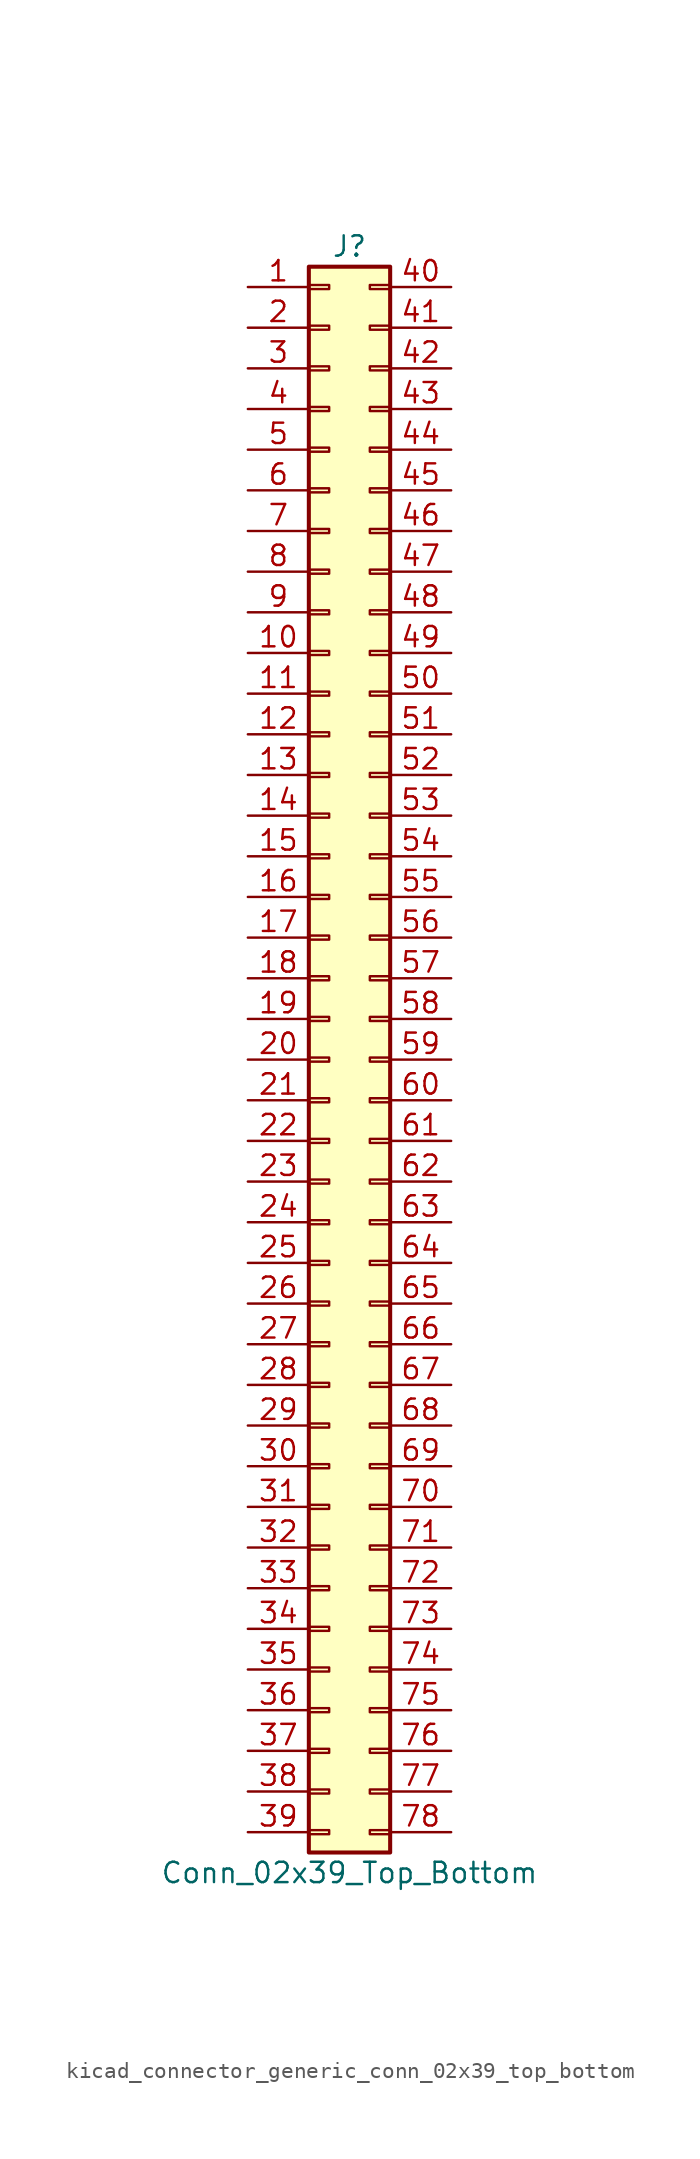
<source format=kicad_sym>
(kicad_symbol_lib
  (version 20220914)
  (generator kicad_symbol_editor)
  (symbol "kicad_connector_generic_conn_02x39_top_bottom"
    (pin_names
      (offset 1.016) hide)
    (property "Reference" "J"
      (at 1.27 50.8 0)
      (effects (font (size 1.27 1.27))))
    (property "Value" "Conn_02x39_Top_Bottom"
      (at 1.27 -50.8 0)
      (effects (font (size 1.27 1.27))))
    (symbol "kicad_connector_generic_conn_02x39_top_bottom_1_1"
      (rectangle (start -1.27 -48.133) (end 0 -48.387) (stroke (width 0.152) (type default)) (fill (type none)))
      (rectangle (start -1.27 -45.593) (end 0 -45.847) (stroke (width 0.152) (type default)) (fill (type none)))
      (rectangle (start -1.27 -43.053) (end 0 -43.307) (stroke (width 0.152) (type default)) (fill (type none)))
      (rectangle (start -1.27 -40.513) (end 0 -40.767) (stroke (width 0.152) (type default)) (fill (type none)))
      (rectangle (start -1.27 -37.973) (end 0 -38.227) (stroke (width 0.152) (type default)) (fill (type none)))
      (rectangle (start -1.27 -35.433) (end 0 -35.687) (stroke (width 0.152) (type default)) (fill (type none)))
      (rectangle (start -1.27 -32.893) (end 0 -33.147) (stroke (width 0.152) (type default)) (fill (type none)))
      (rectangle (start -1.27 -30.353) (end 0 -30.607) (stroke (width 0.152) (type default)) (fill (type none)))
      (rectangle (start -1.27 -27.813) (end 0 -28.067) (stroke (width 0.152) (type default)) (fill (type none)))
      (rectangle (start -1.27 -25.273) (end 0 -25.527) (stroke (width 0.152) (type default)) (fill (type none)))
      (rectangle (start -1.27 -22.733) (end 0 -22.987) (stroke (width 0.152) (type default)) (fill (type none)))
      (rectangle (start -1.27 -20.193) (end 0 -20.447) (stroke (width 0.152) (type default)) (fill (type none)))
      (rectangle (start -1.27 -17.653) (end 0 -17.907) (stroke (width 0.152) (type default)) (fill (type none)))
      (rectangle (start -1.27 -15.113) (end 0 -15.367) (stroke (width 0.152) (type default)) (fill (type none)))
      (rectangle (start -1.27 -12.573) (end 0 -12.827) (stroke (width 0.152) (type default)) (fill (type none)))
      (rectangle (start -1.27 -10.033) (end 0 -10.287) (stroke (width 0.152) (type default)) (fill (type none)))
      (rectangle (start -1.27 -7.493) (end 0 -7.747) (stroke (width 0.152) (type default)) (fill (type none)))
      (rectangle (start -1.27 -4.953) (end 0 -5.207) (stroke (width 0.152) (type default)) (fill (type none)))
      (rectangle (start -1.27 -2.413) (end 0 -2.667) (stroke (width 0.152) (type default)) (fill (type none)))
      (rectangle (start -1.27 0.127) (end 0 -0.127) (stroke (width 0.152) (type default)) (fill (type none)))
      (rectangle (start -1.27 2.667) (end 0 2.413) (stroke (width 0.152) (type default)) (fill (type none)))
      (rectangle (start -1.27 5.207) (end 0 4.953) (stroke (width 0.152) (type default)) (fill (type none)))
      (rectangle (start -1.27 7.747) (end 0 7.493) (stroke (width 0.152) (type default)) (fill (type none)))
      (rectangle (start -1.27 10.287) (end 0 10.033) (stroke (width 0.152) (type default)) (fill (type none)))
      (rectangle (start -1.27 12.827) (end 0 12.573) (stroke (width 0.152) (type default)) (fill (type none)))
      (rectangle (start -1.27 15.367) (end 0 15.113) (stroke (width 0.152) (type default)) (fill (type none)))
      (rectangle (start -1.27 17.907) (end 0 17.653) (stroke (width 0.152) (type default)) (fill (type none)))
      (rectangle (start -1.27 20.447) (end 0 20.193) (stroke (width 0.152) (type default)) (fill (type none)))
      (rectangle (start -1.27 22.987) (end 0 22.733) (stroke (width 0.152) (type default)) (fill (type none)))
      (rectangle (start -1.27 25.527) (end 0 25.273) (stroke (width 0.152) (type default)) (fill (type none)))
      (rectangle (start -1.27 28.067) (end 0 27.813) (stroke (width 0.152) (type default)) (fill (type none)))
      (rectangle (start -1.27 30.607) (end 0 30.353) (stroke (width 0.152) (type default)) (fill (type none)))
      (rectangle (start -1.27 33.147) (end 0 32.893) (stroke (width 0.152) (type default)) (fill (type none)))
      (rectangle (start -1.27 35.687) (end 0 35.433) (stroke (width 0.152) (type default)) (fill (type none)))
      (rectangle (start -1.27 38.227) (end 0 37.973) (stroke (width 0.152) (type default)) (fill (type none)))
      (rectangle (start -1.27 40.767) (end 0 40.513) (stroke (width 0.152) (type default)) (fill (type none)))
      (rectangle (start -1.27 43.307) (end 0 43.053) (stroke (width 0.152) (type default)) (fill (type none)))
      (rectangle (start -1.27 45.847) (end 0 45.593) (stroke (width 0.152) (type default)) (fill (type none)))
      (rectangle (start -1.27 48.387) (end 0 48.133) (stroke (width 0.152) (type default)) (fill (type none)))
      (rectangle (start -1.27 49.53) (end 3.81 -49.53) (stroke (width 0.254) (type default)) (fill (type background)))
      (rectangle (start 3.81 -48.133) (end 2.54 -48.387) (stroke (width 0.152) (type default)) (fill (type none)))
      (rectangle (start 3.81 -45.593) (end 2.54 -45.847) (stroke (width 0.152) (type default)) (fill (type none)))
      (rectangle (start 3.81 -43.053) (end 2.54 -43.307) (stroke (width 0.152) (type default)) (fill (type none)))
      (rectangle (start 3.81 -40.513) (end 2.54 -40.767) (stroke (width 0.152) (type default)) (fill (type none)))
      (rectangle (start 3.81 -37.973) (end 2.54 -38.227) (stroke (width 0.152) (type default)) (fill (type none)))
      (rectangle (start 3.81 -35.433) (end 2.54 -35.687) (stroke (width 0.152) (type default)) (fill (type none)))
      (rectangle (start 3.81 -32.893) (end 2.54 -33.147) (stroke (width 0.152) (type default)) (fill (type none)))
      (rectangle (start 3.81 -30.353) (end 2.54 -30.607) (stroke (width 0.152) (type default)) (fill (type none)))
      (rectangle (start 3.81 -27.813) (end 2.54 -28.067) (stroke (width 0.152) (type default)) (fill (type none)))
      (rectangle (start 3.81 -25.273) (end 2.54 -25.527) (stroke (width 0.152) (type default)) (fill (type none)))
      (rectangle (start 3.81 -22.733) (end 2.54 -22.987) (stroke (width 0.152) (type default)) (fill (type none)))
      (rectangle (start 3.81 -20.193) (end 2.54 -20.447) (stroke (width 0.152) (type default)) (fill (type none)))
      (rectangle (start 3.81 -17.653) (end 2.54 -17.907) (stroke (width 0.152) (type default)) (fill (type none)))
      (rectangle (start 3.81 -15.113) (end 2.54 -15.367) (stroke (width 0.152) (type default)) (fill (type none)))
      (rectangle (start 3.81 -12.573) (end 2.54 -12.827) (stroke (width 0.152) (type default)) (fill (type none)))
      (rectangle (start 3.81 -10.033) (end 2.54 -10.287) (stroke (width 0.152) (type default)) (fill (type none)))
      (rectangle (start 3.81 -7.493) (end 2.54 -7.747) (stroke (width 0.152) (type default)) (fill (type none)))
      (rectangle (start 3.81 -4.953) (end 2.54 -5.207) (stroke (width 0.152) (type default)) (fill (type none)))
      (rectangle (start 3.81 -2.413) (end 2.54 -2.667) (stroke (width 0.152) (type default)) (fill (type none)))
      (rectangle (start 3.81 0.127) (end 2.54 -0.127) (stroke (width 0.152) (type default)) (fill (type none)))
      (rectangle (start 3.81 2.667) (end 2.54 2.413) (stroke (width 0.152) (type default)) (fill (type none)))
      (rectangle (start 3.81 5.207) (end 2.54 4.953) (stroke (width 0.152) (type default)) (fill (type none)))
      (rectangle (start 3.81 7.747) (end 2.54 7.493) (stroke (width 0.152) (type default)) (fill (type none)))
      (rectangle (start 3.81 10.287) (end 2.54 10.033) (stroke (width 0.152) (type default)) (fill (type none)))
      (rectangle (start 3.81 12.827) (end 2.54 12.573) (stroke (width 0.152) (type default)) (fill (type none)))
      (rectangle (start 3.81 15.367) (end 2.54 15.113) (stroke (width 0.152) (type default)) (fill (type none)))
      (rectangle (start 3.81 17.907) (end 2.54 17.653) (stroke (width 0.152) (type default)) (fill (type none)))
      (rectangle (start 3.81 20.447) (end 2.54 20.193) (stroke (width 0.152) (type default)) (fill (type none)))
      (rectangle (start 3.81 22.987) (end 2.54 22.733) (stroke (width 0.152) (type default)) (fill (type none)))
      (rectangle (start 3.81 25.527) (end 2.54 25.273) (stroke (width 0.152) (type default)) (fill (type none)))
      (rectangle (start 3.81 28.067) (end 2.54 27.813) (stroke (width 0.152) (type default)) (fill (type none)))
      (rectangle (start 3.81 30.607) (end 2.54 30.353) (stroke (width 0.152) (type default)) (fill (type none)))
      (rectangle (start 3.81 33.147) (end 2.54 32.893) (stroke (width 0.152) (type default)) (fill (type none)))
      (rectangle (start 3.81 35.687) (end 2.54 35.433) (stroke (width 0.152) (type default)) (fill (type none)))
      (rectangle (start 3.81 38.227) (end 2.54 37.973) (stroke (width 0.152) (type default)) (fill (type none)))
      (rectangle (start 3.81 40.767) (end 2.54 40.513) (stroke (width 0.152) (type default)) (fill (type none)))
      (rectangle (start 3.81 43.307) (end 2.54 43.053) (stroke (width 0.152) (type default)) (fill (type none)))
      (rectangle (start 3.81 45.847) (end 2.54 45.593) (stroke (width 0.152) (type default)) (fill (type none)))
      (rectangle (start 3.81 48.387) (end 2.54 48.133) (stroke (width 0.152) (type default)) (fill (type none)))
      (pin passive line (at -5.08 48.26 0) (length 3.81) (name "Pin_1" (effects (font (size 1.27 1.27)))) (number "1" (effects (font (size 1.27 1.27)))))
      (pin passive line (at -5.08 25.4 0) (length 3.81) (name "Pin_10" (effects (font (size 1.27 1.27)))) (number "10" (effects (font (size 1.27 1.27)))))
      (pin passive line (at -5.08 22.86 0) (length 3.81) (name "Pin_11" (effects (font (size 1.27 1.27)))) (number "11" (effects (font (size 1.27 1.27)))))
      (pin passive line (at -5.08 20.32 0) (length 3.81) (name "Pin_12" (effects (font (size 1.27 1.27)))) (number "12" (effects (font (size 1.27 1.27)))))
      (pin passive line (at -5.08 17.78 0) (length 3.81) (name "Pin_13" (effects (font (size 1.27 1.27)))) (number "13" (effects (font (size 1.27 1.27)))))
      (pin passive line (at -5.08 15.24 0) (length 3.81) (name "Pin_14" (effects (font (size 1.27 1.27)))) (number "14" (effects (font (size 1.27 1.27)))))
      (pin passive line (at -5.08 12.7 0) (length 3.81) (name "Pin_15" (effects (font (size 1.27 1.27)))) (number "15" (effects (font (size 1.27 1.27)))))
      (pin passive line (at -5.08 10.16 0) (length 3.81) (name "Pin_16" (effects (font (size 1.27 1.27)))) (number "16" (effects (font (size 1.27 1.27)))))
      (pin passive line (at -5.08 7.62 0) (length 3.81) (name "Pin_17" (effects (font (size 1.27 1.27)))) (number "17" (effects (font (size 1.27 1.27)))))
      (pin passive line (at -5.08 5.08 0) (length 3.81) (name "Pin_18" (effects (font (size 1.27 1.27)))) (number "18" (effects (font (size 1.27 1.27)))))
      (pin passive line (at -5.08 2.54 0) (length 3.81) (name "Pin_19" (effects (font (size 1.27 1.27)))) (number "19" (effects (font (size 1.27 1.27)))))
      (pin passive line (at -5.08 45.72 0) (length 3.81) (name "Pin_2" (effects (font (size 1.27 1.27)))) (number "2" (effects (font (size 1.27 1.27)))))
      (pin passive line (at -5.08 0 0) (length 3.81) (name "Pin_20" (effects (font (size 1.27 1.27)))) (number "20" (effects (font (size 1.27 1.27)))))
      (pin passive line (at -5.08 -2.54 0) (length 3.81) (name "Pin_21" (effects (font (size 1.27 1.27)))) (number "21" (effects (font (size 1.27 1.27)))))
      (pin passive line (at -5.08 -5.08 0) (length 3.81) (name "Pin_22" (effects (font (size 1.27 1.27)))) (number "22" (effects (font (size 1.27 1.27)))))
      (pin passive line (at -5.08 -7.62 0) (length 3.81) (name "Pin_23" (effects (font (size 1.27 1.27)))) (number "23" (effects (font (size 1.27 1.27)))))
      (pin passive line (at -5.08 -10.16 0) (length 3.81) (name "Pin_24" (effects (font (size 1.27 1.27)))) (number "24" (effects (font (size 1.27 1.27)))))
      (pin passive line (at -5.08 -12.7 0) (length 3.81) (name "Pin_25" (effects (font (size 1.27 1.27)))) (number "25" (effects (font (size 1.27 1.27)))))
      (pin passive line (at -5.08 -15.24 0) (length 3.81) (name "Pin_26" (effects (font (size 1.27 1.27)))) (number "26" (effects (font (size 1.27 1.27)))))
      (pin passive line (at -5.08 -17.78 0) (length 3.81) (name "Pin_27" (effects (font (size 1.27 1.27)))) (number "27" (effects (font (size 1.27 1.27)))))
      (pin passive line (at -5.08 -20.32 0) (length 3.81) (name "Pin_28" (effects (font (size 1.27 1.27)))) (number "28" (effects (font (size 1.27 1.27)))))
      (pin passive line (at -5.08 -22.86 0) (length 3.81) (name "Pin_29" (effects (font (size 1.27 1.27)))) (number "29" (effects (font (size 1.27 1.27)))))
      (pin passive line (at -5.08 43.18 0) (length 3.81) (name "Pin_3" (effects (font (size 1.27 1.27)))) (number "3" (effects (font (size 1.27 1.27)))))
      (pin passive line (at -5.08 -25.4 0) (length 3.81) (name "Pin_30" (effects (font (size 1.27 1.27)))) (number "30" (effects (font (size 1.27 1.27)))))
      (pin passive line (at -5.08 -27.94 0) (length 3.81) (name "Pin_31" (effects (font (size 1.27 1.27)))) (number "31" (effects (font (size 1.27 1.27)))))
      (pin passive line (at -5.08 -30.48 0) (length 3.81) (name "Pin_32" (effects (font (size 1.27 1.27)))) (number "32" (effects (font (size 1.27 1.27)))))
      (pin passive line (at -5.08 -33.02 0) (length 3.81) (name "Pin_33" (effects (font (size 1.27 1.27)))) (number "33" (effects (font (size 1.27 1.27)))))
      (pin passive line (at -5.08 -35.56 0) (length 3.81) (name "Pin_34" (effects (font (size 1.27 1.27)))) (number "34" (effects (font (size 1.27 1.27)))))
      (pin passive line (at -5.08 -38.1 0) (length 3.81) (name "Pin_35" (effects (font (size 1.27 1.27)))) (number "35" (effects (font (size 1.27 1.27)))))
      (pin passive line (at -5.08 -40.64 0) (length 3.81) (name "Pin_36" (effects (font (size 1.27 1.27)))) (number "36" (effects (font (size 1.27 1.27)))))
      (pin passive line (at -5.08 -43.18 0) (length 3.81) (name "Pin_37" (effects (font (size 1.27 1.27)))) (number "37" (effects (font (size 1.27 1.27)))))
      (pin passive line (at -5.08 -45.72 0) (length 3.81) (name "Pin_38" (effects (font (size 1.27 1.27)))) (number "38" (effects (font (size 1.27 1.27)))))
      (pin passive line (at -5.08 -48.26 0) (length 3.81) (name "Pin_39" (effects (font (size 1.27 1.27)))) (number "39" (effects (font (size 1.27 1.27)))))
      (pin passive line (at -5.08 40.64 0) (length 3.81) (name "Pin_4" (effects (font (size 1.27 1.27)))) (number "4" (effects (font (size 1.27 1.27)))))
      (pin passive line (at 7.62 48.26 180) (length 3.81) (name "Pin_40" (effects (font (size 1.27 1.27)))) (number "40" (effects (font (size 1.27 1.27)))))
      (pin passive line (at 7.62 45.72 180) (length 3.81) (name "Pin_41" (effects (font (size 1.27 1.27)))) (number "41" (effects (font (size 1.27 1.27)))))
      (pin passive line (at 7.62 43.18 180) (length 3.81) (name "Pin_42" (effects (font (size 1.27 1.27)))) (number "42" (effects (font (size 1.27 1.27)))))
      (pin passive line (at 7.62 40.64 180) (length 3.81) (name "Pin_43" (effects (font (size 1.27 1.27)))) (number "43" (effects (font (size 1.27 1.27)))))
      (pin passive line (at 7.62 38.1 180) (length 3.81) (name "Pin_44" (effects (font (size 1.27 1.27)))) (number "44" (effects (font (size 1.27 1.27)))))
      (pin passive line (at 7.62 35.56 180) (length 3.81) (name "Pin_45" (effects (font (size 1.27 1.27)))) (number "45" (effects (font (size 1.27 1.27)))))
      (pin passive line (at 7.62 33.02 180) (length 3.81) (name "Pin_46" (effects (font (size 1.27 1.27)))) (number "46" (effects (font (size 1.27 1.27)))))
      (pin passive line (at 7.62 30.48 180) (length 3.81) (name "Pin_47" (effects (font (size 1.27 1.27)))) (number "47" (effects (font (size 1.27 1.27)))))
      (pin passive line (at 7.62 27.94 180) (length 3.81) (name "Pin_48" (effects (font (size 1.27 1.27)))) (number "48" (effects (font (size 1.27 1.27)))))
      (pin passive line (at 7.62 25.4 180) (length 3.81) (name "Pin_49" (effects (font (size 1.27 1.27)))) (number "49" (effects (font (size 1.27 1.27)))))
      (pin passive line (at -5.08 38.1 0) (length 3.81) (name "Pin_5" (effects (font (size 1.27 1.27)))) (number "5" (effects (font (size 1.27 1.27)))))
      (pin passive line (at 7.62 22.86 180) (length 3.81) (name "Pin_50" (effects (font (size 1.27 1.27)))) (number "50" (effects (font (size 1.27 1.27)))))
      (pin passive line (at 7.62 20.32 180) (length 3.81) (name "Pin_51" (effects (font (size 1.27 1.27)))) (number "51" (effects (font (size 1.27 1.27)))))
      (pin passive line (at 7.62 17.78 180) (length 3.81) (name "Pin_52" (effects (font (size 1.27 1.27)))) (number "52" (effects (font (size 1.27 1.27)))))
      (pin passive line (at 7.62 15.24 180) (length 3.81) (name "Pin_53" (effects (font (size 1.27 1.27)))) (number "53" (effects (font (size 1.27 1.27)))))
      (pin passive line (at 7.62 12.7 180) (length 3.81) (name "Pin_54" (effects (font (size 1.27 1.27)))) (number "54" (effects (font (size 1.27 1.27)))))
      (pin passive line (at 7.62 10.16 180) (length 3.81) (name "Pin_55" (effects (font (size 1.27 1.27)))) (number "55" (effects (font (size 1.27 1.27)))))
      (pin passive line (at 7.62 7.62 180) (length 3.81) (name "Pin_56" (effects (font (size 1.27 1.27)))) (number "56" (effects (font (size 1.27 1.27)))))
      (pin passive line (at 7.62 5.08 180) (length 3.81) (name "Pin_57" (effects (font (size 1.27 1.27)))) (number "57" (effects (font (size 1.27 1.27)))))
      (pin passive line (at 7.62 2.54 180) (length 3.81) (name "Pin_58" (effects (font (size 1.27 1.27)))) (number "58" (effects (font (size 1.27 1.27)))))
      (pin passive line (at 7.62 0 180) (length 3.81) (name "Pin_59" (effects (font (size 1.27 1.27)))) (number "59" (effects (font (size 1.27 1.27)))))
      (pin passive line (at -5.08 35.56 0) (length 3.81) (name "Pin_6" (effects (font (size 1.27 1.27)))) (number "6" (effects (font (size 1.27 1.27)))))
      (pin passive line (at 7.62 -2.54 180) (length 3.81) (name "Pin_60" (effects (font (size 1.27 1.27)))) (number "60" (effects (font (size 1.27 1.27)))))
      (pin passive line (at 7.62 -5.08 180) (length 3.81) (name "Pin_61" (effects (font (size 1.27 1.27)))) (number "61" (effects (font (size 1.27 1.27)))))
      (pin passive line (at 7.62 -7.62 180) (length 3.81) (name "Pin_62" (effects (font (size 1.27 1.27)))) (number "62" (effects (font (size 1.27 1.27)))))
      (pin passive line (at 7.62 -10.16 180) (length 3.81) (name "Pin_63" (effects (font (size 1.27 1.27)))) (number "63" (effects (font (size 1.27 1.27)))))
      (pin passive line (at 7.62 -12.7 180) (length 3.81) (name "Pin_64" (effects (font (size 1.27 1.27)))) (number "64" (effects (font (size 1.27 1.27)))))
      (pin passive line (at 7.62 -15.24 180) (length 3.81) (name "Pin_65" (effects (font (size 1.27 1.27)))) (number "65" (effects (font (size 1.27 1.27)))))
      (pin passive line (at 7.62 -17.78 180) (length 3.81) (name "Pin_66" (effects (font (size 1.27 1.27)))) (number "66" (effects (font (size 1.27 1.27)))))
      (pin passive line (at 7.62 -20.32 180) (length 3.81) (name "Pin_67" (effects (font (size 1.27 1.27)))) (number "67" (effects (font (size 1.27 1.27)))))
      (pin passive line (at 7.62 -22.86 180) (length 3.81) (name "Pin_68" (effects (font (size 1.27 1.27)))) (number "68" (effects (font (size 1.27 1.27)))))
      (pin passive line (at 7.62 -25.4 180) (length 3.81) (name "Pin_69" (effects (font (size 1.27 1.27)))) (number "69" (effects (font (size 1.27 1.27)))))
      (pin passive line (at -5.08 33.02 0) (length 3.81) (name "Pin_7" (effects (font (size 1.27 1.27)))) (number "7" (effects (font (size 1.27 1.27)))))
      (pin passive line (at 7.62 -27.94 180) (length 3.81) (name "Pin_70" (effects (font (size 1.27 1.27)))) (number "70" (effects (font (size 1.27 1.27)))))
      (pin passive line (at 7.62 -30.48 180) (length 3.81) (name "Pin_71" (effects (font (size 1.27 1.27)))) (number "71" (effects (font (size 1.27 1.27)))))
      (pin passive line (at 7.62 -33.02 180) (length 3.81) (name "Pin_72" (effects (font (size 1.27 1.27)))) (number "72" (effects (font (size 1.27 1.27)))))
      (pin passive line (at 7.62 -35.56 180) (length 3.81) (name "Pin_73" (effects (font (size 1.27 1.27)))) (number "73" (effects (font (size 1.27 1.27)))))
      (pin passive line (at 7.62 -38.1 180) (length 3.81) (name "Pin_74" (effects (font (size 1.27 1.27)))) (number "74" (effects (font (size 1.27 1.27)))))
      (pin passive line (at 7.62 -40.64 180) (length 3.81) (name "Pin_75" (effects (font (size 1.27 1.27)))) (number "75" (effects (font (size 1.27 1.27)))))
      (pin passive line (at 7.62 -43.18 180) (length 3.81) (name "Pin_76" (effects (font (size 1.27 1.27)))) (number "76" (effects (font (size 1.27 1.27)))))
      (pin passive line (at 7.62 -45.72 180) (length 3.81) (name "Pin_77" (effects (font (size 1.27 1.27)))) (number "77" (effects (font (size 1.27 1.27)))))
      (pin passive line (at 7.62 -48.26 180) (length 3.81) (name "Pin_78" (effects (font (size 1.27 1.27)))) (number "78" (effects (font (size 1.27 1.27)))))
      (pin passive line (at -5.08 30.48 0) (length 3.81) (name "Pin_8" (effects (font (size 1.27 1.27)))) (number "8" (effects (font (size 1.27 1.27)))))
      (pin passive line (at -5.08 27.94 0) (length 3.81) (name "Pin_9" (effects (font (size 1.27 1.27)))) (number "9" (effects (font (size 1.27 1.27))))))))
</source>
